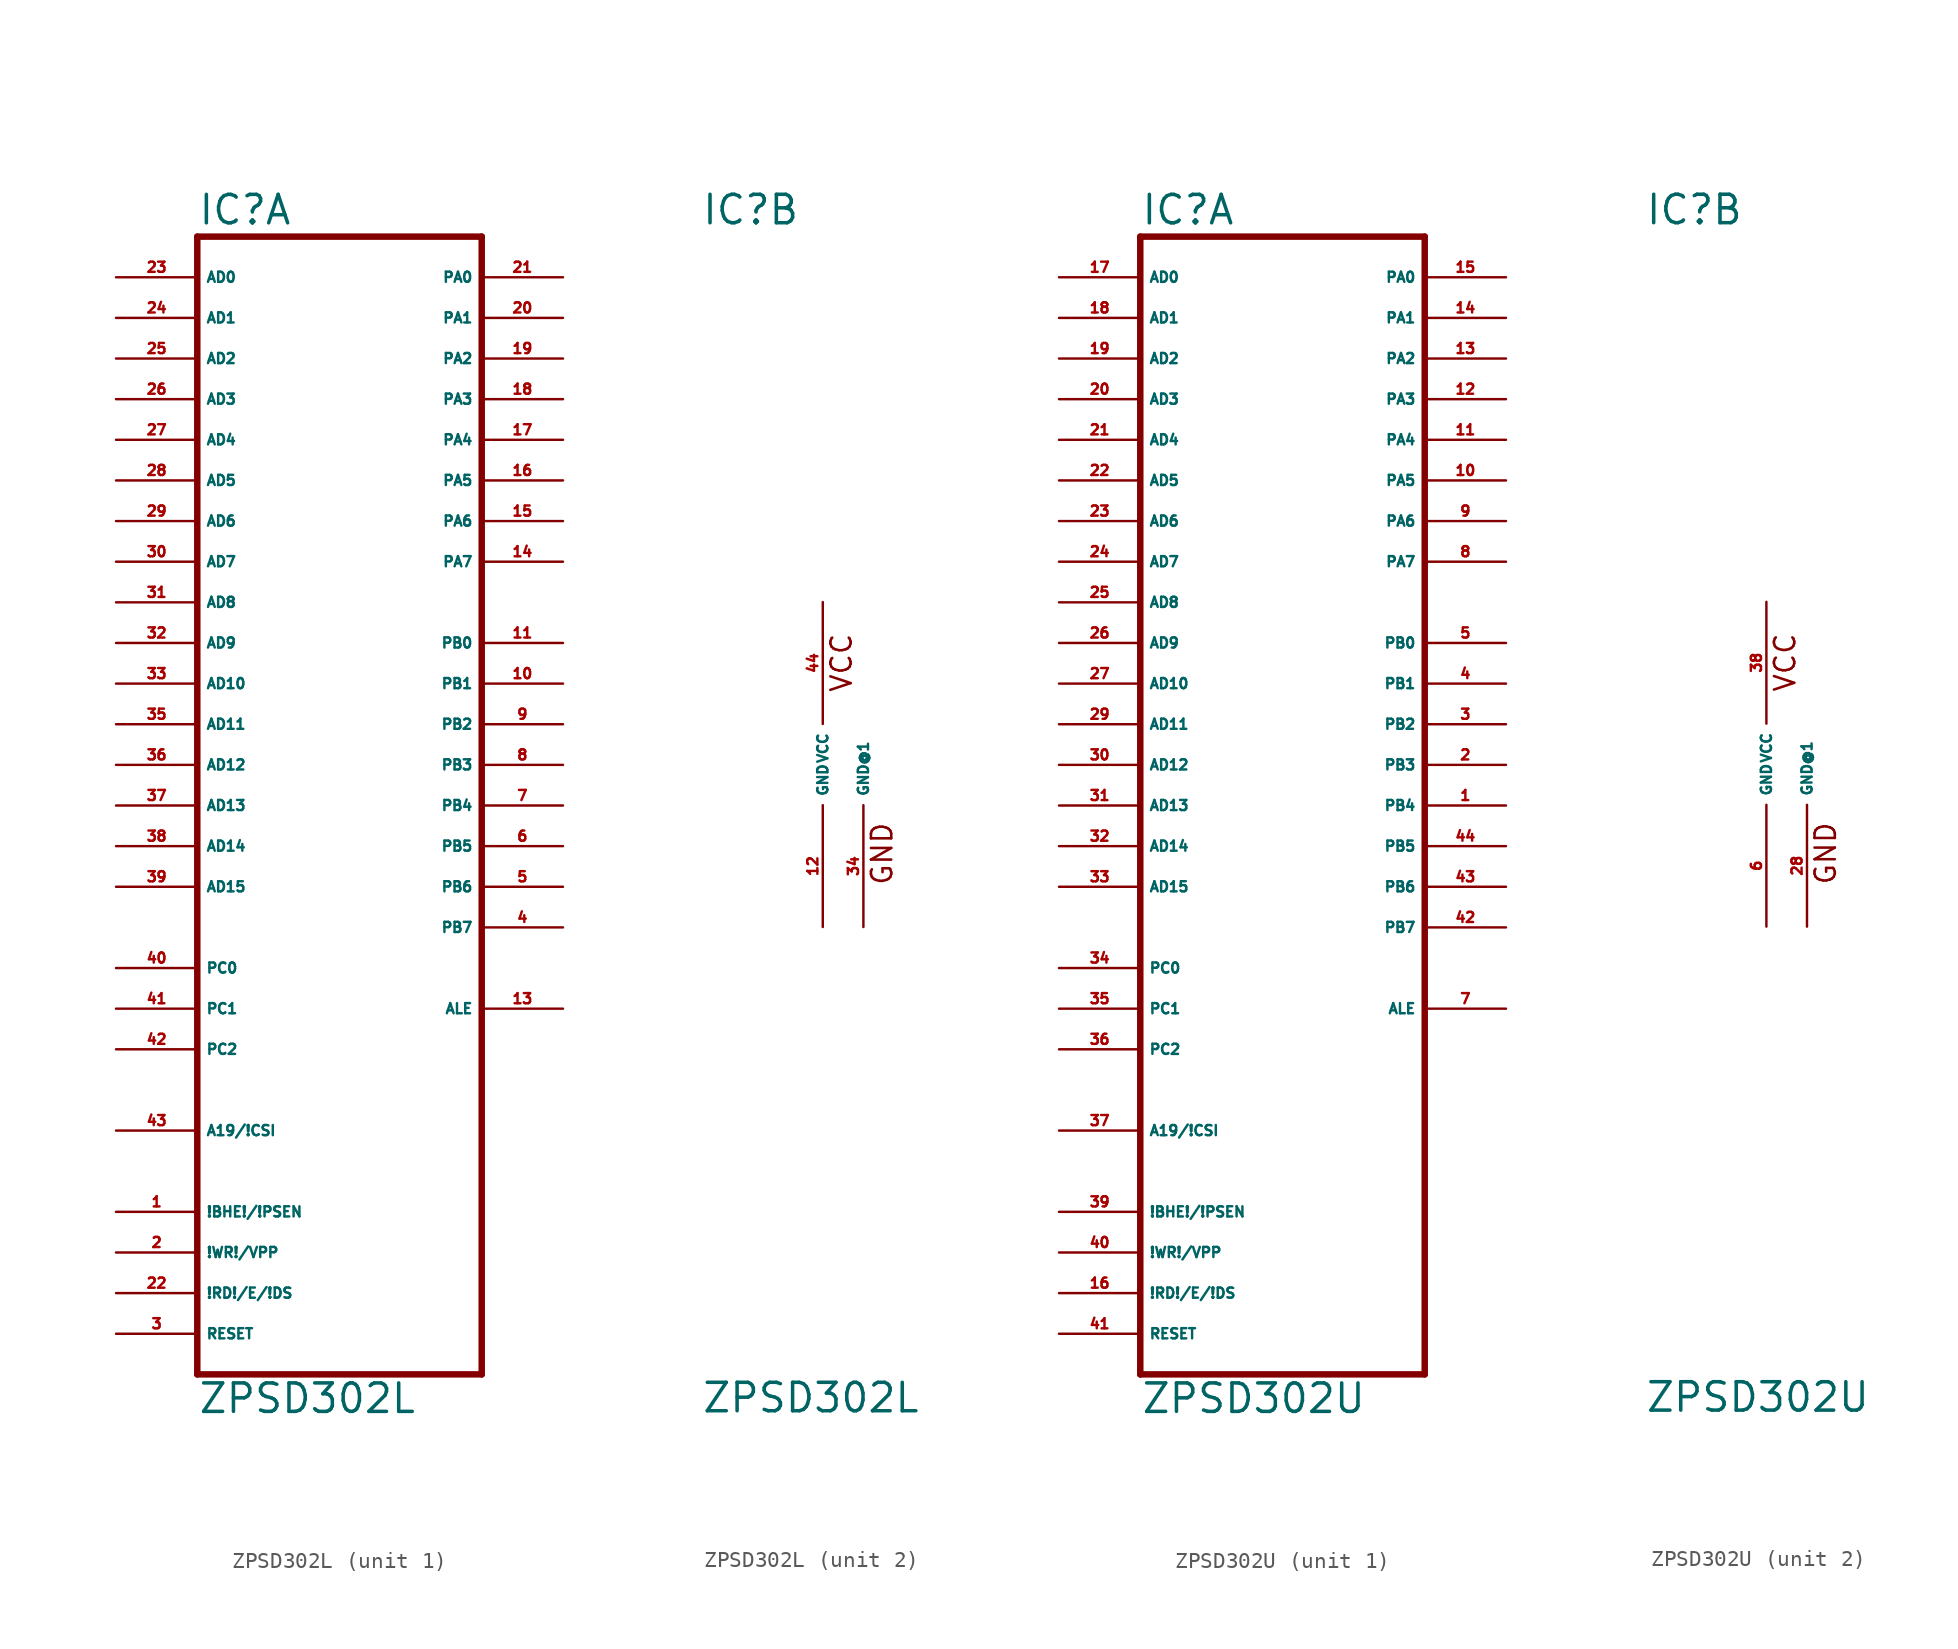
<source format=kicad_sym>
(kicad_symbol_lib
  (version 20220914)
  (generator Eagle2Kicad)
  (symbol "ZPSD302L"
    (property "Reference" "IC"
      (at -7.62 33.655 0)
      (effects (font (size 1.778 1.778) (thickness 0.22)) (justify left bottom)))
    (property "Value" "ZPSD302L"
      (at -7.62 -40.64 0)
      (effects (font (size 1.778 1.778) (thickness 0.22)) (justify left bottom)))
    (symbol "ZPSD302L_1_0"
      (polyline (pts (xy -7.62 -38.1) (xy 10.16 -38.1)) (stroke (width 0.406) (type default)) (fill (type none)))
      (polyline (pts (xy 10.16 -38.1) (xy 10.16 33.02)) (stroke (width 0.406) (type default)) (fill (type none)))
      (polyline (pts (xy 10.16 33.02) (xy -7.62 33.02)) (stroke (width 0.406) (type default)) (fill (type none)))
      (polyline (pts (xy -7.62 33.02) (xy -7.62 -38.1)) (stroke (width 0.406) (type default)) (fill (type none)))
      (pin input line (at -12.7 30.48 0) (length 5.08) (name "AD0" (effects (font (size 0.635 0.635) (thickness 0.08)) (justify left bottom))) (number "23" (effects (font (size 0.635 0.635) (thickness 0.08)) (justify left bottom))))
      (pin input line (at -12.7 27.94 0) (length 5.08) (name "AD1" (effects (font (size 0.635 0.635) (thickness 0.08)) (justify left bottom))) (number "24" (effects (font (size 0.635 0.635) (thickness 0.08)) (justify left bottom))))
      (pin input line (at -12.7 25.4 0) (length 5.08) (name "AD2" (effects (font (size 0.635 0.635) (thickness 0.08)) (justify left bottom))) (number "25" (effects (font (size 0.635 0.635) (thickness 0.08)) (justify left bottom))))
      (pin input line (at -12.7 22.86 0) (length 5.08) (name "AD3" (effects (font (size 0.635 0.635) (thickness 0.08)) (justify left bottom))) (number "26" (effects (font (size 0.635 0.635) (thickness 0.08)) (justify left bottom))))
      (pin input line (at -12.7 20.32 0) (length 5.08) (name "AD4" (effects (font (size 0.635 0.635) (thickness 0.08)) (justify left bottom))) (number "27" (effects (font (size 0.635 0.635) (thickness 0.08)) (justify left bottom))))
      (pin input line (at -12.7 17.78 0) (length 5.08) (name "AD5" (effects (font (size 0.635 0.635) (thickness 0.08)) (justify left bottom))) (number "28" (effects (font (size 0.635 0.635) (thickness 0.08)) (justify left bottom))))
      (pin input line (at -12.7 15.24 0) (length 5.08) (name "AD6" (effects (font (size 0.635 0.635) (thickness 0.08)) (justify left bottom))) (number "29" (effects (font (size 0.635 0.635) (thickness 0.08)) (justify left bottom))))
      (pin input line (at -12.7 12.7 0) (length 5.08) (name "AD7" (effects (font (size 0.635 0.635) (thickness 0.08)) (justify left bottom))) (number "30" (effects (font (size 0.635 0.635) (thickness 0.08)) (justify left bottom))))
      (pin input line (at -12.7 10.16 0) (length 5.08) (name "AD8" (effects (font (size 0.635 0.635) (thickness 0.08)) (justify left bottom))) (number "31" (effects (font (size 0.635 0.635) (thickness 0.08)) (justify left bottom))))
      (pin input line (at -12.7 7.62 0) (length 5.08) (name "AD9" (effects (font (size 0.635 0.635) (thickness 0.08)) (justify left bottom))) (number "32" (effects (font (size 0.635 0.635) (thickness 0.08)) (justify left bottom))))
      (pin input line (at -12.7 5.08 0) (length 5.08) (name "AD10" (effects (font (size 0.635 0.635) (thickness 0.08)) (justify left bottom))) (number "33" (effects (font (size 0.635 0.635) (thickness 0.08)) (justify left bottom))))
      (pin input line (at -12.7 2.54 0) (length 5.08) (name "AD11" (effects (font (size 0.635 0.635) (thickness 0.08)) (justify left bottom))) (number "35" (effects (font (size 0.635 0.635) (thickness 0.08)) (justify left bottom))))
      (pin input line (at -12.7 0 0) (length 5.08) (name "AD12" (effects (font (size 0.635 0.635) (thickness 0.08)) (justify left bottom))) (number "36" (effects (font (size 0.635 0.635) (thickness 0.08)) (justify left bottom))))
      (pin input line (at -12.7 -2.54 0) (length 5.08) (name "AD13" (effects (font (size 0.635 0.635) (thickness 0.08)) (justify left bottom))) (number "37" (effects (font (size 0.635 0.635) (thickness 0.08)) (justify left bottom))))
      (pin input line (at -12.7 -5.08 0) (length 5.08) (name "AD14" (effects (font (size 0.635 0.635) (thickness 0.08)) (justify left bottom))) (number "38" (effects (font (size 0.635 0.635) (thickness 0.08)) (justify left bottom))))
      (pin input line (at -12.7 -7.62 0) (length 5.08) (name "AD15" (effects (font (size 0.635 0.635) (thickness 0.08)) (justify left bottom))) (number "39" (effects (font (size 0.635 0.635) (thickness 0.08)) (justify left bottom))))
      (pin input line (at -12.7 -12.7 0) (length 5.08) (name "PC0" (effects (font (size 0.635 0.635) (thickness 0.08)) (justify left bottom))) (number "40" (effects (font (size 0.635 0.635) (thickness 0.08)) (justify left bottom))))
      (pin input line (at -12.7 -15.24 0) (length 5.08) (name "PC1" (effects (font (size 0.635 0.635) (thickness 0.08)) (justify left bottom))) (number "41" (effects (font (size 0.635 0.635) (thickness 0.08)) (justify left bottom))))
      (pin input line (at -12.7 -17.78 0) (length 5.08) (name "PC2" (effects (font (size 0.635 0.635) (thickness 0.08)) (justify left bottom))) (number "42" (effects (font (size 0.635 0.635) (thickness 0.08)) (justify left bottom))))
      (pin input line (at -12.7 -22.86 0) (length 5.08) (name "A19/!CSI" (effects (font (size 0.635 0.635) (thickness 0.08)) (justify left bottom))) (number "43" (effects (font (size 0.635 0.635) (thickness 0.08)) (justify left bottom))))
      (pin bidirectional line (at 15.24 30.48 180) (length 5.08) (name "PA0" (effects (font (size 0.635 0.635) (thickness 0.08)) (justify left bottom))) (number "21" (effects (font (size 0.635 0.635) (thickness 0.08)) (justify left bottom))))
      (pin bidirectional line (at 15.24 27.94 180) (length 5.08) (name "PA1" (effects (font (size 0.635 0.635) (thickness 0.08)) (justify left bottom))) (number "20" (effects (font (size 0.635 0.635) (thickness 0.08)) (justify left bottom))))
      (pin bidirectional line (at 15.24 25.4 180) (length 5.08) (name "PA2" (effects (font (size 0.635 0.635) (thickness 0.08)) (justify left bottom))) (number "19" (effects (font (size 0.635 0.635) (thickness 0.08)) (justify left bottom))))
      (pin bidirectional line (at 15.24 22.86 180) (length 5.08) (name "PA3" (effects (font (size 0.635 0.635) (thickness 0.08)) (justify left bottom))) (number "18" (effects (font (size 0.635 0.635) (thickness 0.08)) (justify left bottom))))
      (pin bidirectional line (at 15.24 20.32 180) (length 5.08) (name "PA4" (effects (font (size 0.635 0.635) (thickness 0.08)) (justify left bottom))) (number "17" (effects (font (size 0.635 0.635) (thickness 0.08)) (justify left bottom))))
      (pin bidirectional line (at 15.24 17.78 180) (length 5.08) (name "PA5" (effects (font (size 0.635 0.635) (thickness 0.08)) (justify left bottom))) (number "16" (effects (font (size 0.635 0.635) (thickness 0.08)) (justify left bottom))))
      (pin bidirectional line (at 15.24 15.24 180) (length 5.08) (name "PA6" (effects (font (size 0.635 0.635) (thickness 0.08)) (justify left bottom))) (number "15" (effects (font (size 0.635 0.635) (thickness 0.08)) (justify left bottom))))
      (pin bidirectional line (at 15.24 12.7 180) (length 5.08) (name "PA7" (effects (font (size 0.635 0.635) (thickness 0.08)) (justify left bottom))) (number "14" (effects (font (size 0.635 0.635) (thickness 0.08)) (justify left bottom))))
      (pin output line (at 15.24 7.62 180) (length 5.08) (name "PB0" (effects (font (size 0.635 0.635) (thickness 0.08)) (justify left bottom))) (number "11" (effects (font (size 0.635 0.635) (thickness 0.08)) (justify left bottom))))
      (pin output line (at 15.24 5.08 180) (length 5.08) (name "PB1" (effects (font (size 0.635 0.635) (thickness 0.08)) (justify left bottom))) (number "10" (effects (font (size 0.635 0.635) (thickness 0.08)) (justify left bottom))))
      (pin output line (at 15.24 2.54 180) (length 5.08) (name "PB2" (effects (font (size 0.635 0.635) (thickness 0.08)) (justify left bottom))) (number "9" (effects (font (size 0.635 0.635) (thickness 0.08)) (justify left bottom))))
      (pin output line (at 15.24 0 180) (length 5.08) (name "PB3" (effects (font (size 0.635 0.635) (thickness 0.08)) (justify left bottom))) (number "8" (effects (font (size 0.635 0.635) (thickness 0.08)) (justify left bottom))))
      (pin output line (at 15.24 -2.54 180) (length 5.08) (name "PB4" (effects (font (size 0.635 0.635) (thickness 0.08)) (justify left bottom))) (number "7" (effects (font (size 0.635 0.635) (thickness 0.08)) (justify left bottom))))
      (pin output line (at 15.24 -5.08 180) (length 5.08) (name "PB5" (effects (font (size 0.635 0.635) (thickness 0.08)) (justify left bottom))) (number "6" (effects (font (size 0.635 0.635) (thickness 0.08)) (justify left bottom))))
      (pin output line (at 15.24 -7.62 180) (length 5.08) (name "PB6" (effects (font (size 0.635 0.635) (thickness 0.08)) (justify left bottom))) (number "5" (effects (font (size 0.635 0.635) (thickness 0.08)) (justify left bottom))))
      (pin output line (at 15.24 -10.16 180) (length 5.08) (name "PB7" (effects (font (size 0.635 0.635) (thickness 0.08)) (justify left bottom))) (number "4" (effects (font (size 0.635 0.635) (thickness 0.08)) (justify left bottom))))
      (pin output line (at 15.24 -15.24 180) (length 5.08) (name "ALE" (effects (font (size 0.635 0.635) (thickness 0.08)) (justify left bottom))) (number "13" (effects (font (size 0.635 0.635) (thickness 0.08)) (justify left bottom))))
      (pin input line (at -12.7 -27.94 0) (length 5.08) (name "!BHE!/!PSEN" (effects (font (size 0.635 0.635) (thickness 0.08)) (justify left bottom))) (number "1" (effects (font (size 0.635 0.635) (thickness 0.08)) (justify left bottom))))
      (pin input line (at -12.7 -30.48 0) (length 5.08) (name "!WR!/VPP" (effects (font (size 0.635 0.635) (thickness 0.08)) (justify left bottom))) (number "2" (effects (font (size 0.635 0.635) (thickness 0.08)) (justify left bottom))))
      (pin input line (at -12.7 -33.02 0) (length 5.08) (name "!RD!/E/!DS" (effects (font (size 0.635 0.635) (thickness 0.08)) (justify left bottom))) (number "22" (effects (font (size 0.635 0.635) (thickness 0.08)) (justify left bottom))))
      (pin input line (at -12.7 -35.56 0) (length 5.08) (name "RESET" (effects (font (size 0.635 0.635) (thickness 0.08)) (justify left bottom))) (number "3" (effects (font (size 0.635 0.635) (thickness 0.08)) (justify left bottom)))))
    (symbol "ZPSD302L_2_0"
      (text "VCC" (at 1.905 4.445 900) (effects (font (size 1.27 1.27) (thickness 0.16)) (justify left bottom)))
      (text "GND" (at 4.445 -7.62 900) (effects (font (size 1.27 1.27) (thickness 0.16)) (justify left bottom)))
      (pin unspecified line (at 0 10.16 270) (length 7.62) (name "VCC" (effects (font (size 0.635 0.635) (thickness 0.08)) (justify left bottom))) (number "44" (effects (font (size 0.635 0.635) (thickness 0.08)) (justify left bottom))))
      (pin unspecified line (at 0 -10.16 90) (length 7.62) (name "GND" (effects (font (size 0.635 0.635) (thickness 0.08)) (justify left bottom))) (number "12" (effects (font (size 0.635 0.635) (thickness 0.08)) (justify left bottom))))
      (pin unspecified line (at 2.54 -10.16 90) (length 7.62) (name "GND@1" (effects (font (size 0.635 0.635) (thickness 0.08)) (justify left bottom))) (number "34" (effects (font (size 0.635 0.635) (thickness 0.08)) (justify left bottom))))))
  (symbol "ZPSD302U"
    (property "Reference" "IC"
      (at -7.62 33.655 0)
      (effects (font (size 1.778 1.778) (thickness 0.22)) (justify left bottom)))
    (property "Value" "ZPSD302U"
      (at -7.62 -40.64 0)
      (effects (font (size 1.778 1.778) (thickness 0.22)) (justify left bottom)))
    (symbol "ZPSD302U_1_0"
      (polyline (pts (xy -7.62 -38.1) (xy 10.16 -38.1)) (stroke (width 0.406) (type default)) (fill (type none)))
      (polyline (pts (xy 10.16 -38.1) (xy 10.16 33.02)) (stroke (width 0.406) (type default)) (fill (type none)))
      (polyline (pts (xy 10.16 33.02) (xy -7.62 33.02)) (stroke (width 0.406) (type default)) (fill (type none)))
      (polyline (pts (xy -7.62 33.02) (xy -7.62 -38.1)) (stroke (width 0.406) (type default)) (fill (type none)))
      (pin input line (at -12.7 30.48 0) (length 5.08) (name "AD0" (effects (font (size 0.635 0.635) (thickness 0.08)) (justify left bottom))) (number "17" (effects (font (size 0.635 0.635) (thickness 0.08)) (justify left bottom))))
      (pin input line (at -12.7 27.94 0) (length 5.08) (name "AD1" (effects (font (size 0.635 0.635) (thickness 0.08)) (justify left bottom))) (number "18" (effects (font (size 0.635 0.635) (thickness 0.08)) (justify left bottom))))
      (pin input line (at -12.7 25.4 0) (length 5.08) (name "AD2" (effects (font (size 0.635 0.635) (thickness 0.08)) (justify left bottom))) (number "19" (effects (font (size 0.635 0.635) (thickness 0.08)) (justify left bottom))))
      (pin input line (at -12.7 22.86 0) (length 5.08) (name "AD3" (effects (font (size 0.635 0.635) (thickness 0.08)) (justify left bottom))) (number "20" (effects (font (size 0.635 0.635) (thickness 0.08)) (justify left bottom))))
      (pin input line (at -12.7 20.32 0) (length 5.08) (name "AD4" (effects (font (size 0.635 0.635) (thickness 0.08)) (justify left bottom))) (number "21" (effects (font (size 0.635 0.635) (thickness 0.08)) (justify left bottom))))
      (pin input line (at -12.7 17.78 0) (length 5.08) (name "AD5" (effects (font (size 0.635 0.635) (thickness 0.08)) (justify left bottom))) (number "22" (effects (font (size 0.635 0.635) (thickness 0.08)) (justify left bottom))))
      (pin input line (at -12.7 15.24 0) (length 5.08) (name "AD6" (effects (font (size 0.635 0.635) (thickness 0.08)) (justify left bottom))) (number "23" (effects (font (size 0.635 0.635) (thickness 0.08)) (justify left bottom))))
      (pin input line (at -12.7 12.7 0) (length 5.08) (name "AD7" (effects (font (size 0.635 0.635) (thickness 0.08)) (justify left bottom))) (number "24" (effects (font (size 0.635 0.635) (thickness 0.08)) (justify left bottom))))
      (pin input line (at -12.7 10.16 0) (length 5.08) (name "AD8" (effects (font (size 0.635 0.635) (thickness 0.08)) (justify left bottom))) (number "25" (effects (font (size 0.635 0.635) (thickness 0.08)) (justify left bottom))))
      (pin input line (at -12.7 7.62 0) (length 5.08) (name "AD9" (effects (font (size 0.635 0.635) (thickness 0.08)) (justify left bottom))) (number "26" (effects (font (size 0.635 0.635) (thickness 0.08)) (justify left bottom))))
      (pin input line (at -12.7 5.08 0) (length 5.08) (name "AD10" (effects (font (size 0.635 0.635) (thickness 0.08)) (justify left bottom))) (number "27" (effects (font (size 0.635 0.635) (thickness 0.08)) (justify left bottom))))
      (pin input line (at -12.7 2.54 0) (length 5.08) (name "AD11" (effects (font (size 0.635 0.635) (thickness 0.08)) (justify left bottom))) (number "29" (effects (font (size 0.635 0.635) (thickness 0.08)) (justify left bottom))))
      (pin input line (at -12.7 0 0) (length 5.08) (name "AD12" (effects (font (size 0.635 0.635) (thickness 0.08)) (justify left bottom))) (number "30" (effects (font (size 0.635 0.635) (thickness 0.08)) (justify left bottom))))
      (pin input line (at -12.7 -2.54 0) (length 5.08) (name "AD13" (effects (font (size 0.635 0.635) (thickness 0.08)) (justify left bottom))) (number "31" (effects (font (size 0.635 0.635) (thickness 0.08)) (justify left bottom))))
      (pin input line (at -12.7 -5.08 0) (length 5.08) (name "AD14" (effects (font (size 0.635 0.635) (thickness 0.08)) (justify left bottom))) (number "32" (effects (font (size 0.635 0.635) (thickness 0.08)) (justify left bottom))))
      (pin input line (at -12.7 -7.62 0) (length 5.08) (name "AD15" (effects (font (size 0.635 0.635) (thickness 0.08)) (justify left bottom))) (number "33" (effects (font (size 0.635 0.635) (thickness 0.08)) (justify left bottom))))
      (pin input line (at -12.7 -12.7 0) (length 5.08) (name "PC0" (effects (font (size 0.635 0.635) (thickness 0.08)) (justify left bottom))) (number "34" (effects (font (size 0.635 0.635) (thickness 0.08)) (justify left bottom))))
      (pin input line (at -12.7 -15.24 0) (length 5.08) (name "PC1" (effects (font (size 0.635 0.635) (thickness 0.08)) (justify left bottom))) (number "35" (effects (font (size 0.635 0.635) (thickness 0.08)) (justify left bottom))))
      (pin input line (at -12.7 -17.78 0) (length 5.08) (name "PC2" (effects (font (size 0.635 0.635) (thickness 0.08)) (justify left bottom))) (number "36" (effects (font (size 0.635 0.635) (thickness 0.08)) (justify left bottom))))
      (pin input line (at -12.7 -22.86 0) (length 5.08) (name "A19/!CSI" (effects (font (size 0.635 0.635) (thickness 0.08)) (justify left bottom))) (number "37" (effects (font (size 0.635 0.635) (thickness 0.08)) (justify left bottom))))
      (pin bidirectional line (at 15.24 30.48 180) (length 5.08) (name "PA0" (effects (font (size 0.635 0.635) (thickness 0.08)) (justify left bottom))) (number "15" (effects (font (size 0.635 0.635) (thickness 0.08)) (justify left bottom))))
      (pin bidirectional line (at 15.24 27.94 180) (length 5.08) (name "PA1" (effects (font (size 0.635 0.635) (thickness 0.08)) (justify left bottom))) (number "14" (effects (font (size 0.635 0.635) (thickness 0.08)) (justify left bottom))))
      (pin bidirectional line (at 15.24 25.4 180) (length 5.08) (name "PA2" (effects (font (size 0.635 0.635) (thickness 0.08)) (justify left bottom))) (number "13" (effects (font (size 0.635 0.635) (thickness 0.08)) (justify left bottom))))
      (pin bidirectional line (at 15.24 22.86 180) (length 5.08) (name "PA3" (effects (font (size 0.635 0.635) (thickness 0.08)) (justify left bottom))) (number "12" (effects (font (size 0.635 0.635) (thickness 0.08)) (justify left bottom))))
      (pin bidirectional line (at 15.24 20.32 180) (length 5.08) (name "PA4" (effects (font (size 0.635 0.635) (thickness 0.08)) (justify left bottom))) (number "11" (effects (font (size 0.635 0.635) (thickness 0.08)) (justify left bottom))))
      (pin bidirectional line (at 15.24 17.78 180) (length 5.08) (name "PA5" (effects (font (size 0.635 0.635) (thickness 0.08)) (justify left bottom))) (number "10" (effects (font (size 0.635 0.635) (thickness 0.08)) (justify left bottom))))
      (pin bidirectional line (at 15.24 15.24 180) (length 5.08) (name "PA6" (effects (font (size 0.635 0.635) (thickness 0.08)) (justify left bottom))) (number "9" (effects (font (size 0.635 0.635) (thickness 0.08)) (justify left bottom))))
      (pin bidirectional line (at 15.24 12.7 180) (length 5.08) (name "PA7" (effects (font (size 0.635 0.635) (thickness 0.08)) (justify left bottom))) (number "8" (effects (font (size 0.635 0.635) (thickness 0.08)) (justify left bottom))))
      (pin output line (at 15.24 7.62 180) (length 5.08) (name "PB0" (effects (font (size 0.635 0.635) (thickness 0.08)) (justify left bottom))) (number "5" (effects (font (size 0.635 0.635) (thickness 0.08)) (justify left bottom))))
      (pin output line (at 15.24 5.08 180) (length 5.08) (name "PB1" (effects (font (size 0.635 0.635) (thickness 0.08)) (justify left bottom))) (number "4" (effects (font (size 0.635 0.635) (thickness 0.08)) (justify left bottom))))
      (pin output line (at 15.24 2.54 180) (length 5.08) (name "PB2" (effects (font (size 0.635 0.635) (thickness 0.08)) (justify left bottom))) (number "3" (effects (font (size 0.635 0.635) (thickness 0.08)) (justify left bottom))))
      (pin output line (at 15.24 0 180) (length 5.08) (name "PB3" (effects (font (size 0.635 0.635) (thickness 0.08)) (justify left bottom))) (number "2" (effects (font (size 0.635 0.635) (thickness 0.08)) (justify left bottom))))
      (pin output line (at 15.24 -2.54 180) (length 5.08) (name "PB4" (effects (font (size 0.635 0.635) (thickness 0.08)) (justify left bottom))) (number "1" (effects (font (size 0.635 0.635) (thickness 0.08)) (justify left bottom))))
      (pin output line (at 15.24 -5.08 180) (length 5.08) (name "PB5" (effects (font (size 0.635 0.635) (thickness 0.08)) (justify left bottom))) (number "44" (effects (font (size 0.635 0.635) (thickness 0.08)) (justify left bottom))))
      (pin output line (at 15.24 -7.62 180) (length 5.08) (name "PB6" (effects (font (size 0.635 0.635) (thickness 0.08)) (justify left bottom))) (number "43" (effects (font (size 0.635 0.635) (thickness 0.08)) (justify left bottom))))
      (pin output line (at 15.24 -10.16 180) (length 5.08) (name "PB7" (effects (font (size 0.635 0.635) (thickness 0.08)) (justify left bottom))) (number "42" (effects (font (size 0.635 0.635) (thickness 0.08)) (justify left bottom))))
      (pin output line (at 15.24 -15.24 180) (length 5.08) (name "ALE" (effects (font (size 0.635 0.635) (thickness 0.08)) (justify left bottom))) (number "7" (effects (font (size 0.635 0.635) (thickness 0.08)) (justify left bottom))))
      (pin input line (at -12.7 -27.94 0) (length 5.08) (name "!BHE!/!PSEN" (effects (font (size 0.635 0.635) (thickness 0.08)) (justify left bottom))) (number "39" (effects (font (size 0.635 0.635) (thickness 0.08)) (justify left bottom))))
      (pin input line (at -12.7 -30.48 0) (length 5.08) (name "!WR!/VPP" (effects (font (size 0.635 0.635) (thickness 0.08)) (justify left bottom))) (number "40" (effects (font (size 0.635 0.635) (thickness 0.08)) (justify left bottom))))
      (pin input line (at -12.7 -33.02 0) (length 5.08) (name "!RD!/E/!DS" (effects (font (size 0.635 0.635) (thickness 0.08)) (justify left bottom))) (number "16" (effects (font (size 0.635 0.635) (thickness 0.08)) (justify left bottom))))
      (pin input line (at -12.7 -35.56 0) (length 5.08) (name "RESET" (effects (font (size 0.635 0.635) (thickness 0.08)) (justify left bottom))) (number "41" (effects (font (size 0.635 0.635) (thickness 0.08)) (justify left bottom)))))
    (symbol "ZPSD302U_2_0"
      (text "VCC" (at 1.905 4.445 900) (effects (font (size 1.27 1.27) (thickness 0.16)) (justify left bottom)))
      (text "GND" (at 4.445 -7.62 900) (effects (font (size 1.27 1.27) (thickness 0.16)) (justify left bottom)))
      (pin unspecified line (at 0 10.16 270) (length 7.62) (name "VCC" (effects (font (size 0.635 0.635) (thickness 0.08)) (justify left bottom))) (number "38" (effects (font (size 0.635 0.635) (thickness 0.08)) (justify left bottom))))
      (pin unspecified line (at 0 -10.16 90) (length 7.62) (name "GND" (effects (font (size 0.635 0.635) (thickness 0.08)) (justify left bottom))) (number "6" (effects (font (size 0.635 0.635) (thickness 0.08)) (justify left bottom))))
      (pin unspecified line (at 2.54 -10.16 90) (length 7.62) (name "GND@1" (effects (font (size 0.635 0.635) (thickness 0.08)) (justify left bottom))) (number "28" (effects (font (size 0.635 0.635) (thickness 0.08)) (justify left bottom)))))))
</source>
